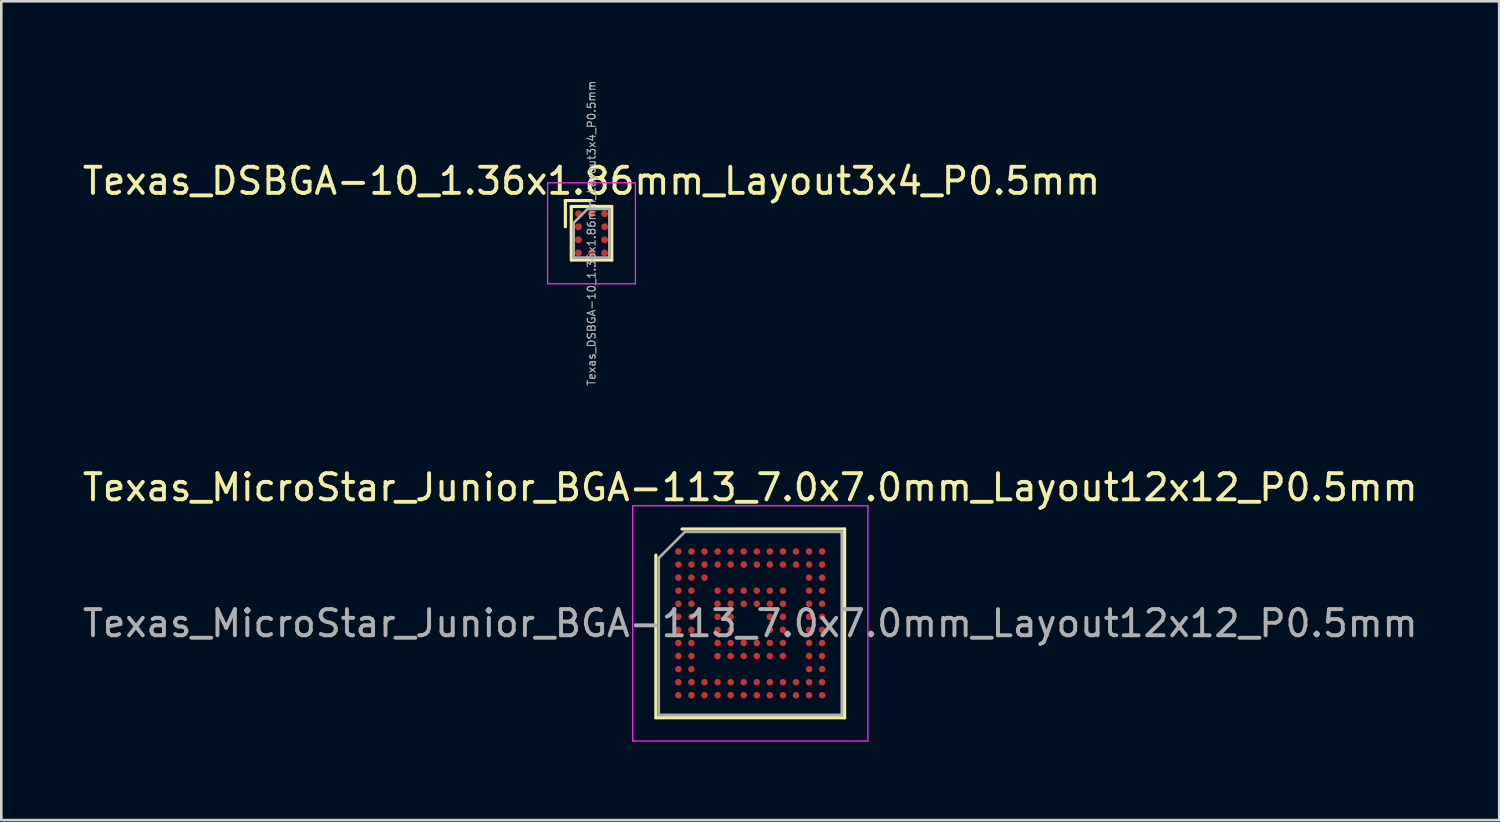
<source format=kicad_pcb>
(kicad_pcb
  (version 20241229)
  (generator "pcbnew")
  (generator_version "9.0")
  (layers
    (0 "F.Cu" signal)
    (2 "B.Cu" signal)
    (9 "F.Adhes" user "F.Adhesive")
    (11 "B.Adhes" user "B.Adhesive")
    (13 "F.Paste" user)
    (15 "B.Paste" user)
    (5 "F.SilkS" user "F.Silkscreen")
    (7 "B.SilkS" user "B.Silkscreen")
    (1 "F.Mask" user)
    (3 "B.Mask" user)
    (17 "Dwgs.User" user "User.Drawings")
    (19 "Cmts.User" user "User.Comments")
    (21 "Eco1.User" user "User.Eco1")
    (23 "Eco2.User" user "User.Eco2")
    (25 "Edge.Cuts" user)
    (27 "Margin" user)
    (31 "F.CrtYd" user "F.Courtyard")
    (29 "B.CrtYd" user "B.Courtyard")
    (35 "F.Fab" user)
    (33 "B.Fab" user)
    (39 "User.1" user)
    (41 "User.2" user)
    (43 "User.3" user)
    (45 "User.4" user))
  (footprint "Texas_DSBGA-10_1.36x1.86mm_Layout3x4_P0.5mm"
    (layer "F.Cu")
    (at 19.577 5.873)
    (property "Reference" "Texas_DSBGA-10_1.36x1.86mm_Layout3x4_P0.5mm" (at 0 -2 0) (layer "F.SilkS") (effects (font (size 1 1) (thickness 0.15))))
    (attr smd)
    (fp_line (start -1 -1.25) (end -1 -1.25) (stroke (width 0.12) (type solid)) (layer "F.SilkS"))
    (fp_line (start -1 -1.25) (end -1 -0.25) (stroke (width 0.12) (type solid)) (layer "F.SilkS"))
    (fp_line (start -0.775 -1.025) (end -0.775 1.025) (stroke (width 0.12) (type solid)) (layer "F.SilkS"))
    (fp_line (start -0.775 -1.025) (end 0.765 -1.025) (stroke (width 0.12) (type solid)) (layer "F.SilkS"))
    (fp_line (start -0.765 1.025) (end 0.775 1.025) (stroke (width 0.12) (type solid)) (layer "F.SilkS"))
    (fp_line (start 0 -1.25) (end -1 -1.25) (stroke (width 0.12) (type solid)) (layer "F.SilkS"))
    (fp_line (start 0.775 1.025) (end 0.775 -1.025) (stroke (width 0.12) (type solid)) (layer "F.SilkS"))
    (fp_line (start -1.68 -1.93) (end 1.68 -1.93) (stroke (width 0.05) (type solid)) (layer "F.CrtYd"))
    (fp_line (start -1.68 1.93) (end -1.68 -1.93) (stroke (width 0.05) (type solid)) (layer "F.CrtYd"))
    (fp_line (start -1.68 1.93) (end 1.68 1.93) (stroke (width 0.05) (type solid)) (layer "F.CrtYd"))
    (fp_line (start 1.68 -1.93) (end 1.68 1.93) (stroke (width 0.05) (type solid)) (layer "F.CrtYd"))
    (fp_line (start -0.68 -0.4) (end -0.15 -0.93) (stroke (width 0.1) (type solid)) (layer "F.Fab"))
    (fp_line (start -0.68 0.93) (end -0.68 -0.4) (stroke (width 0.1) (type solid)) (layer "F.Fab"))
    (fp_line (start -0.68 0.93) (end 0.68 0.93) (stroke (width 0.1) (type solid)) (layer "F.Fab"))
    (fp_line (start 0.68 -0.93) (end -0.15 -0.93) (stroke (width 0.1) (type solid)) (layer "F.Fab"))
    (fp_line (start 0.68 0.93) (end 0.68 -0.93) (stroke (width 0.1) (type solid)) (layer "F.Fab"))
    (fp_text user "${REFERENCE}" (at 0 0 90) (layer "F.Fab") (effects (font (size 0.3 0.3) (thickness 0.045))))
    (pad "" smd rect (at -0.5 -0.75) (size 0.3 0.3) (layers "F.Paste"))
    (pad "" smd rect (at -0.5 -0.25) (size 0.3 0.3) (layers "F.Paste"))
    (pad "" smd rect (at -0.5 0.25) (size 0.3 0.3) (layers "F.Paste"))
    (pad "" smd rect (at -0.5 0.75) (size 0.3 0.3) (layers "F.Paste"))
    (pad "" smd rect (at 0 -0.75) (size 0.3 0.3) (layers "F.Paste"))
    (pad "" smd rect (at 0 0.75) (size 0.3 0.3) (layers "F.Paste"))
    (pad "" smd rect (at 0.5 -0.75) (size 0.3 0.3) (layers "F.Paste"))
    (pad "" smd rect (at 0.5 -0.25) (size 0.3 0.3) (layers "F.Paste"))
    (pad "" smd rect (at 0.5 0.25) (size 0.3 0.3) (layers "F.Paste"))
    (pad "" smd rect (at 0.5 0.75) (size 0.3 0.3) (layers "F.Paste"))
    (pad "A1" smd circle (at -0.5 -0.75) (size 0.265 0.265) (layers "F.Cu" "F.Mask"))
    (pad "A2" smd circle (at 0 -0.75) (size 0.265 0.265) (layers "F.Cu" "F.Mask"))
    (pad "A3" smd circle (at 0.5 -0.75) (size 0.265 0.265) (layers "F.Cu" "F.Mask"))
    (pad "B1" smd circle (at -0.5 -0.25) (size 0.265 0.265) (layers "F.Cu" "F.Mask"))
    (pad "B3" smd circle (at 0.5 -0.25) (size 0.265 0.265) (layers "F.Cu" "F.Mask"))
    (pad "C1" smd circle (at -0.5 0.25) (size 0.265 0.265) (layers "F.Cu" "F.Mask"))
    (pad "C3" smd circle (at 0.5 0.25) (size 0.265 0.265) (layers "F.Cu" "F.Mask"))
    (pad "D1" smd circle (at -0.5 0.75) (size 0.265 0.265) (layers "F.Cu" "F.Mask"))
    (pad "D2" smd circle (at 0 0.75) (size 0.265 0.265) (layers "F.Cu" "F.Mask"))
    (pad "D3" smd circle (at 0.5 0.75) (size 0.265 0.265) (layers "F.Cu" "F.Mask")))
  (footprint "Texas_MicroStar_Junior_BGA-113_7.0x7.0mm_Layout12x12_P0.5mm"
    (layer "F.Cu")
    (at 25.649 20.795)
    (property "Reference" "Texas_MicroStar_Junior_BGA-113_7.0x7.0mm_Layout12x12_P0.5mm" (at 0 -5.2 0) (layer "F.SilkS") (effects (font (size 1 1) (thickness 0.15))))
    (attr smd)
    (fp_line (start -3.61 3.61) (end -3.61 -2.61) (stroke (width 0.12) (type solid)) (layer "F.SilkS"))
    (fp_line (start -2.61 -3.61) (end 3.61 -3.61) (stroke (width 0.12) (type solid)) (layer "F.SilkS"))
    (fp_line (start 3.61 -3.61) (end 3.61 3.61) (stroke (width 0.12) (type solid)) (layer "F.SilkS"))
    (fp_line (start 3.61 3.61) (end -3.61 3.61) (stroke (width 0.12) (type solid)) (layer "F.SilkS"))
    (fp_line (start 3.61 3.61) (end 3.61 3.61) (stroke (width 0.12) (type solid)) (layer "F.SilkS"))
    (fp_line (start -4.5 -4.5) (end 4.5 -4.5) (stroke (width 0.05) (type solid)) (layer "F.CrtYd"))
    (fp_line (start -4.5 4.5) (end -4.5 -4.5) (stroke (width 0.05) (type solid)) (layer "F.CrtYd"))
    (fp_line (start 4.5 -4.5) (end 4.5 4.5) (stroke (width 0.05) (type solid)) (layer "F.CrtYd"))
    (fp_line (start 4.5 4.5) (end -4.5 4.5) (stroke (width 0.05) (type solid)) (layer "F.CrtYd"))
    (fp_line (start -3.5 3.5) (end -3.5 -2.5) (stroke (width 0.1) (type solid)) (layer "F.Fab"))
    (fp_line (start -2.5 -3.5) (end -3.5 -2.5) (stroke (width 0.1) (type solid)) (layer "F.Fab"))
    (fp_line (start -2.5 -3.5) (end 3.5 -3.5) (stroke (width 0.1) (type solid)) (layer "F.Fab"))
    (fp_line (start 3.5 -3.5) (end 3.5 3.5) (stroke (width 0.1) (type solid)) (layer "F.Fab"))
    (fp_line (start 3.5 3.5) (end -3.5 3.5) (stroke (width 0.1) (type solid)) (layer "F.Fab"))
    (fp_text user "${REFERENCE}" (at 0 0 0) (layer "F.Fab") (effects (font (size 1 1) (thickness 0.15))))
    (pad "A1" smd circle (at -2.75 -2.75) (size 0.25 0.25) (layers "F.Cu" "F.Mask" "F.Paste"))
    (pad "A2" smd circle (at -2.25 -2.75) (size 0.25 0.25) (layers "F.Cu" "F.Mask" "F.Paste"))
    (pad "A3" smd circle (at -1.75 -2.75) (size 0.25 0.25) (layers "F.Cu" "F.Mask" "F.Paste"))
    (pad "A4" smd circle (at -1.25 -2.75) (size 0.25 0.25) (layers "F.Cu" "F.Mask" "F.Paste"))
    (pad "A5" smd circle (at -0.75 -2.75) (size 0.25 0.25) (layers "F.Cu" "F.Mask" "F.Paste"))
    (pad "A6" smd circle (at -0.25 -2.75) (size 0.25 0.25) (layers "F.Cu" "F.Mask" "F.Paste"))
    (pad "A7" smd circle (at 0.25 -2.75) (size 0.25 0.25) (layers "F.Cu" "F.Mask" "F.Paste"))
    (pad "A8" smd circle (at 0.75 -2.75) (size 0.25 0.25) (layers "F.Cu" "F.Mask" "F.Paste"))
    (pad "A9" smd circle (at 1.25 -2.75) (size 0.25 0.25) (layers "F.Cu" "F.Mask" "F.Paste"))
    (pad "A10" smd circle (at 1.75 -2.75) (size 0.25 0.25) (layers "F.Cu" "F.Mask" "F.Paste"))
    (pad "A11" smd circle (at 2.25 -2.75) (size 0.25 0.25) (layers "F.Cu" "F.Mask" "F.Paste"))
    (pad "A12" smd circle (at 2.75 -2.75) (size 0.25 0.25) (layers "F.Cu" "F.Mask" "F.Paste"))
    (pad "B1" smd circle (at -2.75 -2.25) (size 0.25 0.25) (layers "F.Cu" "F.Mask" "F.Paste"))
    (pad "B2" smd circle (at -2.25 -2.25) (size 0.25 0.25) (layers "F.Cu" "F.Mask" "F.Paste"))
    (pad "B3" smd circle (at -1.75 -2.25) (size 0.25 0.25) (layers "F.Cu" "F.Mask" "F.Paste"))
    (pad "B4" smd circle (at -1.25 -2.25) (size 0.25 0.25) (layers "F.Cu" "F.Mask" "F.Paste"))
    (pad "B5" smd circle (at -0.75 -2.25) (size 0.25 0.25) (layers "F.Cu" "F.Mask" "F.Paste"))
    (pad "B6" smd circle (at -0.25 -2.25) (size 0.25 0.25) (layers "F.Cu" "F.Mask" "F.Paste"))
    (pad "B7" smd circle (at 0.25 -2.25) (size 0.25 0.25) (layers "F.Cu" "F.Mask" "F.Paste"))
    (pad "B8" smd circle (at 0.75 -2.25) (size 0.25 0.25) (layers "F.Cu" "F.Mask" "F.Paste"))
    (pad "B9" smd circle (at 1.25 -2.25) (size 0.25 0.25) (layers "F.Cu" "F.Mask" "F.Paste"))
    (pad "B10" smd circle (at 1.75 -2.25) (size 0.25 0.25) (layers "F.Cu" "F.Mask" "F.Paste"))
    (pad "B11" smd circle (at 2.25 -2.25) (size 0.25 0.25) (layers "F.Cu" "F.Mask" "F.Paste"))
    (pad "B12" smd circle (at 2.75 -2.25) (size 0.25 0.25) (layers "F.Cu" "F.Mask" "F.Paste"))
    (pad "C1" smd circle (at -2.75 -1.75) (size 0.25 0.25) (layers "F.Cu" "F.Mask" "F.Paste"))
    (pad "C2" smd circle (at -2.25 -1.75) (size 0.25 0.25) (layers "F.Cu" "F.Mask" "F.Paste"))
    (pad "C3" smd circle (at -1.75 -1.75) (size 0.25 0.25) (layers "F.Cu" "F.Mask" "F.Paste"))
    (pad "C11" smd circle (at 2.25 -1.75) (size 0.25 0.25) (layers "F.Cu" "F.Mask" "F.Paste"))
    (pad "C12" smd circle (at 2.75 -1.75) (size 0.25 0.25) (layers "F.Cu" "F.Mask" "F.Paste"))
    (pad "D1" smd circle (at -2.75 -1.25) (size 0.25 0.25) (layers "F.Cu" "F.Mask" "F.Paste"))
    (pad "D2" smd circle (at -2.25 -1.25) (size 0.25 0.25) (layers "F.Cu" "F.Mask" "F.Paste"))
    (pad "D4" smd circle (at -1.25 -1.25) (size 0.25 0.25) (layers "F.Cu" "F.Mask" "F.Paste"))
    (pad "D5" smd circle (at -0.75 -1.25) (size 0.25 0.25) (layers "F.Cu" "F.Mask" "F.Paste"))
    (pad "D6" smd circle (at -0.25 -1.25) (size 0.25 0.25) (layers "F.Cu" "F.Mask" "F.Paste"))
    (pad "D7" smd circle (at 0.25 -1.25) (size 0.25 0.25) (layers "F.Cu" "F.Mask" "F.Paste"))
    (pad "D8" smd circle (at 0.75 -1.25) (size 0.25 0.25) (layers "F.Cu" "F.Mask" "F.Paste"))
    (pad "D9" smd circle (at 1.25 -1.25) (size 0.25 0.25) (layers "F.Cu" "F.Mask" "F.Paste"))
    (pad "D11" smd circle (at 2.25 -1.25) (size 0.25 0.25) (layers "F.Cu" "F.Mask" "F.Paste"))
    (pad "D12" smd circle (at 2.75 -1.25) (size 0.25 0.25) (layers "F.Cu" "F.Mask" "F.Paste"))
    (pad "E1" smd circle (at -2.75 -0.75) (size 0.25 0.25) (layers "F.Cu" "F.Mask" "F.Paste"))
    (pad "E2" smd circle (at -2.25 -0.75) (size 0.25 0.25) (layers "F.Cu" "F.Mask" "F.Paste"))
    (pad "E4" smd circle (at -1.25 -0.75) (size 0.25 0.25) (layers "F.Cu" "F.Mask" "F.Paste"))
    (pad "E5" smd circle (at -0.75 -0.75) (size 0.25 0.25) (layers "F.Cu" "F.Mask" "F.Paste"))
    (pad "E6" smd circle (at -0.25 -0.75) (size 0.25 0.25) (layers "F.Cu" "F.Mask" "F.Paste"))
    (pad "E7" smd circle (at 0.25 -0.75) (size 0.25 0.25) (layers "F.Cu" "F.Mask" "F.Paste"))
    (pad "E8" smd circle (at 0.75 -0.75) (size 0.25 0.25) (layers "F.Cu" "F.Mask" "F.Paste"))
    (pad "E9" smd circle (at 1.25 -0.75) (size 0.25 0.25) (layers "F.Cu" "F.Mask" "F.Paste"))
    (pad "E11" smd circle (at 2.25 -0.75) (size 0.25 0.25) (layers "F.Cu" "F.Mask" "F.Paste"))
    (pad "E12" smd circle (at 2.75 -0.75) (size 0.25 0.25) (layers "F.Cu" "F.Mask" "F.Paste"))
    (pad "F1" smd circle (at -2.75 -0.25) (size 0.25 0.25) (layers "F.Cu" "F.Mask" "F.Paste"))
    (pad "F2" smd circle (at -2.25 -0.25) (size 0.25 0.25) (layers "F.Cu" "F.Mask" "F.Paste"))
    (pad "F4" smd circle (at -1.25 -0.25) (size 0.25 0.25) (layers "F.Cu" "F.Mask" "F.Paste"))
    (pad "F5" smd circle (at -0.75 -0.25) (size 0.25 0.25) (layers "F.Cu" "F.Mask" "F.Paste"))
    (pad "F8" smd circle (at 0.75 -0.25) (size 0.25 0.25) (layers "F.Cu" "F.Mask" "F.Paste"))
    (pad "F9" smd circle (at 1.25 -0.25) (size 0.25 0.25) (layers "F.Cu" "F.Mask" "F.Paste"))
    (pad "F11" smd circle (at 2.25 -0.25) (size 0.25 0.25) (layers "F.Cu" "F.Mask" "F.Paste"))
    (pad "F12" smd circle (at 2.75 -0.25) (size 0.25 0.25) (layers "F.Cu" "F.Mask" "F.Paste"))
    (pad "G1" smd circle (at -2.75 0.25) (size 0.25 0.25) (layers "F.Cu" "F.Mask" "F.Paste"))
    (pad "G2" smd circle (at -2.25 0.25) (size 0.25 0.25) (layers "F.Cu" "F.Mask" "F.Paste"))
    (pad "G4" smd circle (at -1.25 0.25) (size 0.25 0.25) (layers "F.Cu" "F.Mask" "F.Paste"))
    (pad "G5" smd circle (at -0.75 0.25) (size 0.25 0.25) (layers "F.Cu" "F.Mask" "F.Paste"))
    (pad "G8" smd circle (at 0.75 0.25) (size 0.25 0.25) (layers "F.Cu" "F.Mask" "F.Paste"))
    (pad "G9" smd circle (at 1.25 0.25) (size 0.25 0.25) (layers "F.Cu" "F.Mask" "F.Paste"))
    (pad "G11" smd circle (at 2.25 0.25) (size 0.25 0.25) (layers "F.Cu" "F.Mask" "F.Paste"))
    (pad "G12" smd circle (at 2.75 0.25) (size 0.25 0.25) (layers "F.Cu" "F.Mask" "F.Paste"))
    (pad "H1" smd circle (at -2.75 0.75) (size 0.25 0.25) (layers "F.Cu" "F.Mask" "F.Paste"))
    (pad "H2" smd circle (at -2.25 0.75) (size 0.25 0.25) (layers "F.Cu" "F.Mask" "F.Paste"))
    (pad "H4" smd circle (at -1.25 0.75) (size 0.25 0.25) (layers "F.Cu" "F.Mask" "F.Paste"))
    (pad "H5" smd circle (at -0.75 0.75) (size 0.25 0.25) (layers "F.Cu" "F.Mask" "F.Paste"))
    (pad "H6" smd circle (at -0.25 0.75) (size 0.25 0.25) (layers "F.Cu" "F.Mask" "F.Paste"))
    (pad "H7" smd circle (at 0.25 0.75) (size 0.25 0.25) (layers "F.Cu" "F.Mask" "F.Paste"))
    (pad "H8" smd circle (at 0.75 0.75) (size 0.25 0.25) (layers "F.Cu" "F.Mask" "F.Paste"))
    (pad "H9" smd circle (at 1.25 0.75) (size 0.25 0.25) (layers "F.Cu" "F.Mask" "F.Paste"))
    (pad "H11" smd circle (at 2.25 0.75) (size 0.25 0.25) (layers "F.Cu" "F.Mask" "F.Paste"))
    (pad "H12" smd circle (at 2.75 0.75) (size 0.25 0.25) (layers "F.Cu" "F.Mask" "F.Paste"))
    (pad "I1" smd circle (at -2.75 1.25) (size 0.25 0.25) (layers "F.Cu" "F.Mask" "F.Paste"))
    (pad "I2" smd circle (at -2.25 1.25) (size 0.25 0.25) (layers "F.Cu" "F.Mask" "F.Paste"))
    (pad "I4" smd circle (at -1.25 1.25) (size 0.25 0.25) (layers "F.Cu" "F.Mask" "F.Paste"))
    (pad "I5" smd circle (at -0.75 1.25) (size 0.25 0.25) (layers "F.Cu" "F.Mask" "F.Paste"))
    (pad "I6" smd circle (at -0.25 1.25) (size 0.25 0.25) (layers "F.Cu" "F.Mask" "F.Paste"))
    (pad "I7" smd circle (at 0.25 1.25) (size 0.25 0.25) (layers "F.Cu" "F.Mask" "F.Paste"))
    (pad "I8" smd circle (at 0.75 1.25) (size 0.25 0.25) (layers "F.Cu" "F.Mask" "F.Paste"))
    (pad "I9" smd circle (at 1.25 1.25) (size 0.25 0.25) (layers "F.Cu" "F.Mask" "F.Paste"))
    (pad "I11" smd circle (at 2.25 1.25) (size 0.25 0.25) (layers "F.Cu" "F.Mask" "F.Paste"))
    (pad "I12" smd circle (at 2.75 1.25) (size 0.25 0.25) (layers "F.Cu" "F.Mask" "F.Paste"))
    (pad "J1" smd circle (at -2.75 1.75) (size 0.25 0.25) (layers "F.Cu" "F.Mask" "F.Paste"))
    (pad "J2" smd circle (at -2.25 1.75) (size 0.25 0.25) (layers "F.Cu" "F.Mask" "F.Paste"))
    (pad "J11" smd circle (at 2.25 1.75) (size 0.25 0.25) (layers "F.Cu" "F.Mask" "F.Paste"))
    (pad "J12" smd circle (at 2.75 1.75) (size 0.25 0.25) (layers "F.Cu" "F.Mask" "F.Paste"))
    (pad "K1" smd circle (at -2.75 2.25) (size 0.25 0.25) (layers "F.Cu" "F.Mask" "F.Paste"))
    (pad "K2" smd circle (at -2.25 2.25) (size 0.25 0.25) (layers "F.Cu" "F.Mask" "F.Paste"))
    (pad "K3" smd circle (at -1.75 2.25) (size 0.25 0.25) (layers "F.Cu" "F.Mask" "F.Paste"))
    (pad "K4" smd circle (at -1.25 2.25) (size 0.25 0.25) (layers "F.Cu" "F.Mask" "F.Paste"))
    (pad "K5" smd circle (at -0.75 2.25) (size 0.25 0.25) (layers "F.Cu" "F.Mask" "F.Paste"))
    (pad "K6" smd circle (at -0.25 2.25) (size 0.25 0.25) (layers "F.Cu" "F.Mask" "F.Paste"))
    (pad "K7" smd circle (at 0.25 2.25) (size 0.25 0.25) (layers "F.Cu" "F.Mask" "F.Paste"))
    (pad "K8" smd circle (at 0.75 2.25) (size 0.25 0.25) (layers "F.Cu" "F.Mask" "F.Paste"))
    (pad "K9" smd circle (at 1.25 2.25) (size 0.25 0.25) (layers "F.Cu" "F.Mask" "F.Paste"))
    (pad "K10" smd circle (at 1.75 2.25) (size 0.25 0.25) (layers "F.Cu" "F.Mask" "F.Paste"))
    (pad "K11" smd circle (at 2.25 2.25) (size 0.25 0.25) (layers "F.Cu" "F.Mask" "F.Paste"))
    (pad "K12" smd circle (at 2.75 2.25) (size 0.25 0.25) (layers "F.Cu" "F.Mask" "F.Paste"))
    (pad "L1" smd circle (at -2.75 2.75) (size 0.25 0.25) (layers "F.Cu" "F.Mask" "F.Paste"))
    (pad "L2" smd circle (at -2.25 2.75) (size 0.25 0.25) (layers "F.Cu" "F.Mask" "F.Paste"))
    (pad "L3" smd circle (at -1.75 2.75) (size 0.25 0.25) (layers "F.Cu" "F.Mask" "F.Paste"))
    (pad "L4" smd circle (at -1.25 2.75) (size 0.25 0.25) (layers "F.Cu" "F.Mask" "F.Paste"))
    (pad "L5" smd circle (at -0.75 2.75) (size 0.25 0.25) (layers "F.Cu" "F.Mask" "F.Paste"))
    (pad "L6" smd circle (at -0.25 2.75) (size 0.25 0.25) (layers "F.Cu" "F.Mask" "F.Paste"))
    (pad "L7" smd circle (at 0.25 2.75) (size 0.25 0.25) (layers "F.Cu" "F.Mask" "F.Paste"))
    (pad "L8" smd circle (at 0.75 2.75) (size 0.25 0.25) (layers "F.Cu" "F.Mask" "F.Paste"))
    (pad "L9" smd circle (at 1.25 2.75) (size 0.25 0.25) (layers "F.Cu" "F.Mask" "F.Paste"))
    (pad "L10" smd circle (at 1.75 2.75) (size 0.25 0.25) (layers "F.Cu" "F.Mask" "F.Paste"))
    (pad "L11" smd circle (at 2.25 2.75) (size 0.25 0.25) (layers "F.Cu" "F.Mask" "F.Paste"))
    (pad "L12" smd circle (at 2.75 2.75) (size 0.25 0.25) (layers "F.Cu" "F.Mask" "F.Paste")))
  (gr_rect
    (start -3 -3)
    (end 54.298 28.32)
    (stroke (width 0.1) (type default))
    (fill no)
    (layer "Edge.Cuts")))
</source>
